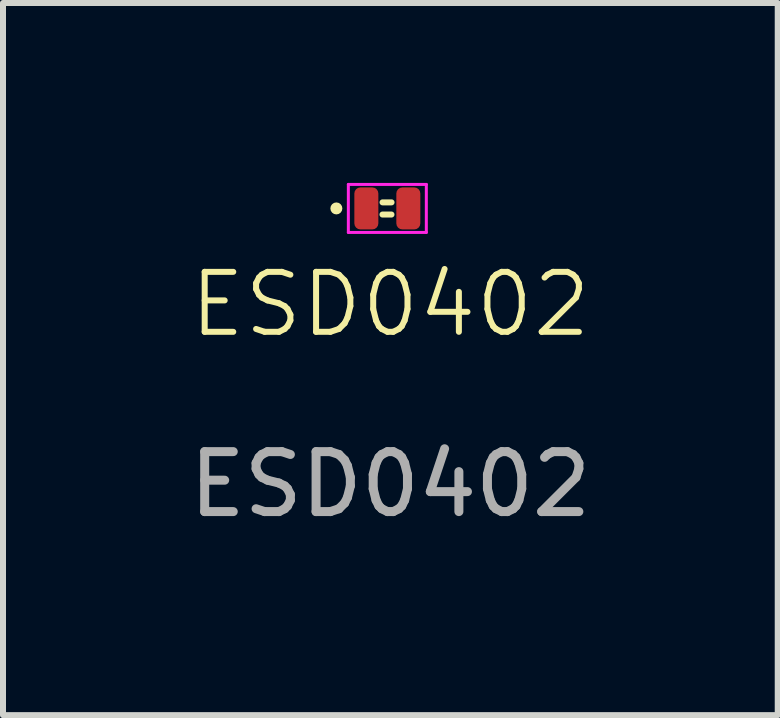
<source format=kicad_pcb>
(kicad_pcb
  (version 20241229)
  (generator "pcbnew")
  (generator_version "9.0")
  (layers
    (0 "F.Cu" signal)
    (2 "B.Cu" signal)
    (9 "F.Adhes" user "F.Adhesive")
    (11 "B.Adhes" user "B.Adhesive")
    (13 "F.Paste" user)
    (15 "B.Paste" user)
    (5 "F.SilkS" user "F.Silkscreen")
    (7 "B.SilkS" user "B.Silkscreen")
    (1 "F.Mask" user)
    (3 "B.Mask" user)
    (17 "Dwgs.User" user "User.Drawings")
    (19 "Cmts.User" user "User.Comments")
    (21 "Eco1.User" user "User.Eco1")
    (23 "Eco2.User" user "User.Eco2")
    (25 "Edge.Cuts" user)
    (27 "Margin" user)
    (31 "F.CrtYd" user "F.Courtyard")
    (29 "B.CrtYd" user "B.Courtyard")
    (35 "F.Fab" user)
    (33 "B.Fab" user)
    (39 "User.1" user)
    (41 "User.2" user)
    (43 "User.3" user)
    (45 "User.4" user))
  (footprint "ESD0402"
    (layer "F.Cu")
    (at 3.058 0.425)
    (property "Reference" "ESD0402" (at 0.4 1.6 0) (unlocked yes) (layer "F.SilkS") (effects (font (size 1 1) (thickness 0.1))))
    (attr smd)
    (fp_line (start 0.269 0.102) (end 0.419 0.102) (stroke (width 0.1) (type default)) (layer "F.SilkS"))
    (fp_line (start 0.27 -0.101) (end 0.42 -0.101) (stroke (width 0.1) (type default)) (layer "F.SilkS"))
    (fp_circle (center -0.5 0) (end -0.5 0.05) (stroke (width 0.1) (type default)) (fill no) (layer "F.SilkS"))
    (fp_line (start -0.3 -0.4) (end 1 -0.4) (stroke (width 0.05) (type default)) (layer "F.CrtYd"))
    (fp_line (start -0.3 0.4) (end -0.3 -0.4) (stroke (width 0.05) (type default)) (layer "F.CrtYd"))
    (fp_line (start 1 -0.4) (end 1 0.4) (stroke (width 0.05) (type default)) (layer "F.CrtYd"))
    (fp_line (start 1 0.4) (end -0.3 0.4) (stroke (width 0.05) (type default)) (layer "F.CrtYd"))
    (fp_text user "${REFERENCE}" (at 0.4 4.6 0) (unlocked yes) (layer "F.Fab") (effects (font (size 1 1) (thickness 0.15))))
    (pad "1" smd roundrect (at 0 0 180) (size 0.4 0.7) (layers "F.Cu" "F.Mask" "F.Paste") (roundrect_rratio 0.25))
    (pad "2" smd roundrect (at 0.7 0 180) (size 0.4 0.7) (layers "F.Cu" "F.Mask" "F.Paste") (roundrect_rratio 0.25)))
  (gr_rect
    (start -3 -3)
    (end 9.917 8.873)
    (stroke (width 0.1) (type default))
    (fill no)
    (layer "Edge.Cuts")))
</source>
